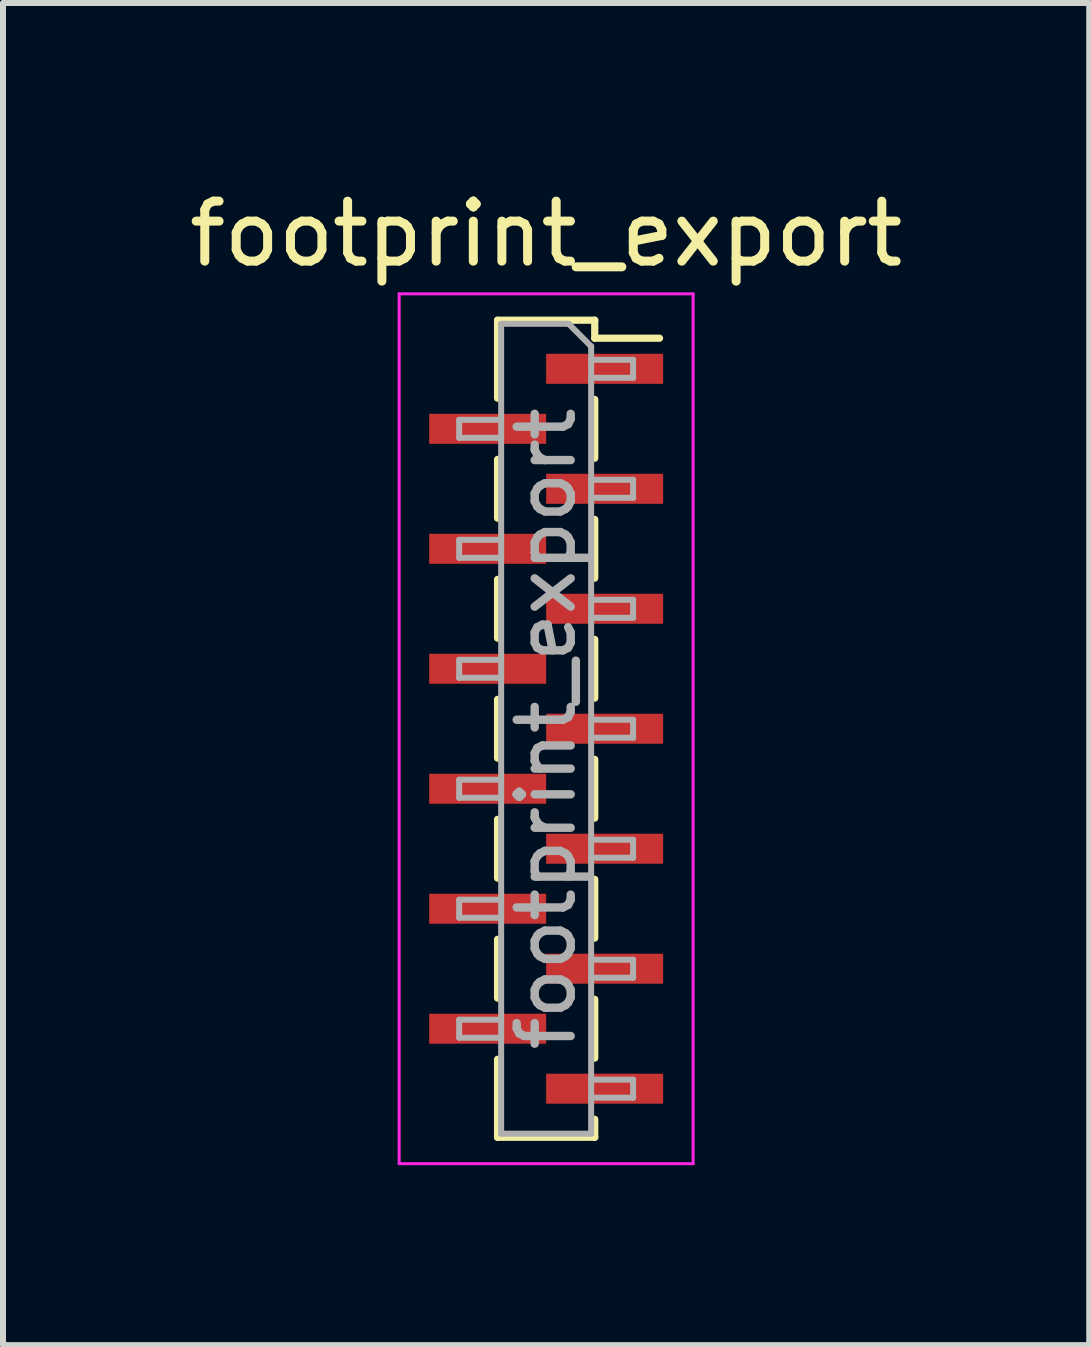
<source format=kicad_pcb>
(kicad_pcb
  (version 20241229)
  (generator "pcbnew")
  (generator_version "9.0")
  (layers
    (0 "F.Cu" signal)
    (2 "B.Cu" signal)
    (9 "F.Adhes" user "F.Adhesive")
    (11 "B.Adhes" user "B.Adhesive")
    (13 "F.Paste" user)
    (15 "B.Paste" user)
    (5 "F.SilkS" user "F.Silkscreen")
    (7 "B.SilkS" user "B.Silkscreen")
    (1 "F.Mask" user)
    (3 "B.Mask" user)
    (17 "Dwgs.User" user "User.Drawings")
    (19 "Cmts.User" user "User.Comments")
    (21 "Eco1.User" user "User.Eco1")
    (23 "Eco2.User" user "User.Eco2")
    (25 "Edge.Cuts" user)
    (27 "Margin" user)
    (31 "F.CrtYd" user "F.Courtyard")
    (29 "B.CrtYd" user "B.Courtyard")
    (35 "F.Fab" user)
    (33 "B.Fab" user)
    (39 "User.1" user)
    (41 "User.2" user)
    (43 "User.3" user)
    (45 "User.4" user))
  (footprint "footprint_export"
    (layer "F.Cu")
    (at 6.054 9.098)
    (property "Reference" "footprint_export" (at 0 -8.25 0) (layer "F.SilkS") (effects (font (size 1 1) (thickness 0.15))))
    (attr smd)
    (fp_line (start -0.81 -6.81) (end -0.81 -5.51) (stroke (width 0.12) (type solid)) (layer "F.SilkS"))
    (fp_line (start -0.81 -6.81) (end 0.81 -6.81) (stroke (width 0.12) (type solid)) (layer "F.SilkS"))
    (fp_line (start -0.81 -4.49) (end -0.81 -3.51) (stroke (width 0.12) (type solid)) (layer "F.SilkS"))
    (fp_line (start -0.81 -2.49) (end -0.81 -1.51) (stroke (width 0.12) (type solid)) (layer "F.SilkS"))
    (fp_line (start -0.81 -0.49) (end -0.81 0.49) (stroke (width 0.12) (type solid)) (layer "F.SilkS"))
    (fp_line (start -0.81 1.51) (end -0.81 2.49) (stroke (width 0.12) (type solid)) (layer "F.SilkS"))
    (fp_line (start -0.81 3.51) (end -0.81 4.49) (stroke (width 0.12) (type solid)) (layer "F.SilkS"))
    (fp_line (start -0.81 5.51) (end -0.81 6.81) (stroke (width 0.12) (type solid)) (layer "F.SilkS"))
    (fp_line (start -0.81 6.81) (end 0.81 6.81) (stroke (width 0.12) (type solid)) (layer "F.SilkS"))
    (fp_line (start 0.81 -6.81) (end 0.81 -6.51) (stroke (width 0.12) (type solid)) (layer "F.SilkS"))
    (fp_line (start 0.81 -6.51) (end 1.89 -6.51) (stroke (width 0.12) (type solid)) (layer "F.SilkS"))
    (fp_line (start 0.81 -5.49) (end 0.81 -4.51) (stroke (width 0.12) (type solid)) (layer "F.SilkS"))
    (fp_line (start 0.81 -3.49) (end 0.81 -2.51) (stroke (width 0.12) (type solid)) (layer "F.SilkS"))
    (fp_line (start 0.81 -1.49) (end 0.81 -0.51) (stroke (width 0.12) (type solid)) (layer "F.SilkS"))
    (fp_line (start 0.81 0.51) (end 0.81 1.49) (stroke (width 0.12) (type solid)) (layer "F.SilkS"))
    (fp_line (start 0.81 2.51) (end 0.81 3.49) (stroke (width 0.12) (type solid)) (layer "F.SilkS"))
    (fp_line (start 0.81 4.51) (end 0.81 5.49) (stroke (width 0.12) (type solid)) (layer "F.SilkS"))
    (fp_line (start 0.81 6.51) (end 0.81 6.81) (stroke (width 0.12) (type solid)) (layer "F.SilkS"))
    (fp_line (start -2.45 -7.25) (end 2.45 -7.25) (stroke (width 0.05) (type solid)) (layer "F.CrtYd"))
    (fp_line (start -2.45 7.25) (end -2.45 -7.25) (stroke (width 0.05) (type solid)) (layer "F.CrtYd"))
    (fp_line (start 2.45 -7.25) (end 2.45 7.25) (stroke (width 0.05) (type solid)) (layer "F.CrtYd"))
    (fp_line (start 2.45 7.25) (end -2.45 7.25) (stroke (width 0.05) (type solid)) (layer "F.CrtYd"))
    (fp_line (start -1.45 -5.15) (end -0.75 -5.15) (stroke (width 0.1) (type solid)) (layer "F.Fab"))
    (fp_line (start -1.45 -4.85) (end -1.45 -5.15) (stroke (width 0.1) (type solid)) (layer "F.Fab"))
    (fp_line (start -1.45 -3.15) (end -0.75 -3.15) (stroke (width 0.1) (type solid)) (layer "F.Fab"))
    (fp_line (start -1.45 -2.85) (end -1.45 -3.15) (stroke (width 0.1) (type solid)) (layer "F.Fab"))
    (fp_line (start -1.45 -1.15) (end -0.75 -1.15) (stroke (width 0.1) (type solid)) (layer "F.Fab"))
    (fp_line (start -1.45 -0.85) (end -1.45 -1.15) (stroke (width 0.1) (type solid)) (layer "F.Fab"))
    (fp_line (start -1.45 0.85) (end -0.75 0.85) (stroke (width 0.1) (type solid)) (layer "F.Fab"))
    (fp_line (start -1.45 1.15) (end -1.45 0.85) (stroke (width 0.1) (type solid)) (layer "F.Fab"))
    (fp_line (start -1.45 2.85) (end -0.75 2.85) (stroke (width 0.1) (type solid)) (layer "F.Fab"))
    (fp_line (start -1.45 3.15) (end -1.45 2.85) (stroke (width 0.1) (type solid)) (layer "F.Fab"))
    (fp_line (start -1.45 4.85) (end -0.75 4.85) (stroke (width 0.1) (type solid)) (layer "F.Fab"))
    (fp_line (start -1.45 5.15) (end -1.45 4.85) (stroke (width 0.1) (type solid)) (layer "F.Fab"))
    (fp_line (start -0.75 -6.75) (end 0.375 -6.75) (stroke (width 0.1) (type solid)) (layer "F.Fab"))
    (fp_line (start -0.75 -4.85) (end -1.45 -4.85) (stroke (width 0.1) (type solid)) (layer "F.Fab"))
    (fp_line (start -0.75 -2.85) (end -1.45 -2.85) (stroke (width 0.1) (type solid)) (layer "F.Fab"))
    (fp_line (start -0.75 -0.85) (end -1.45 -0.85) (stroke (width 0.1) (type solid)) (layer "F.Fab"))
    (fp_line (start -0.75 1.15) (end -1.45 1.15) (stroke (width 0.1) (type solid)) (layer "F.Fab"))
    (fp_line (start -0.75 3.15) (end -1.45 3.15) (stroke (width 0.1) (type solid)) (layer "F.Fab"))
    (fp_line (start -0.75 5.15) (end -1.45 5.15) (stroke (width 0.1) (type solid)) (layer "F.Fab"))
    (fp_line (start -0.75 6.75) (end -0.75 -6.75) (stroke (width 0.1) (type solid)) (layer "F.Fab"))
    (fp_line (start 0.375 -6.75) (end 0.75 -6.375) (stroke (width 0.1) (type solid)) (layer "F.Fab"))
    (fp_line (start 0.75 -6.375) (end 0.75 6.75) (stroke (width 0.1) (type solid)) (layer "F.Fab"))
    (fp_line (start 0.75 -6.15) (end 1.45 -6.15) (stroke (width 0.1) (type solid)) (layer "F.Fab"))
    (fp_line (start 0.75 -4.15) (end 1.45 -4.15) (stroke (width 0.1) (type solid)) (layer "F.Fab"))
    (fp_line (start 0.75 -2.15) (end 1.45 -2.15) (stroke (width 0.1) (type solid)) (layer "F.Fab"))
    (fp_line (start 0.75 -0.15) (end 1.45 -0.15) (stroke (width 0.1) (type solid)) (layer "F.Fab"))
    (fp_line (start 0.75 1.85) (end 1.45 1.85) (stroke (width 0.1) (type solid)) (layer "F.Fab"))
    (fp_line (start 0.75 3.85) (end 1.45 3.85) (stroke (width 0.1) (type solid)) (layer "F.Fab"))
    (fp_line (start 0.75 5.85) (end 1.45 5.85) (stroke (width 0.1) (type solid)) (layer "F.Fab"))
    (fp_line (start 0.75 6.75) (end -0.75 6.75) (stroke (width 0.1) (type solid)) (layer "F.Fab"))
    (fp_line (start 1.45 -6.15) (end 1.45 -5.85) (stroke (width 0.1) (type solid)) (layer "F.Fab"))
    (fp_line (start 1.45 -5.85) (end 0.75 -5.85) (stroke (width 0.1) (type solid)) (layer "F.Fab"))
    (fp_line (start 1.45 -4.15) (end 1.45 -3.85) (stroke (width 0.1) (type solid)) (layer "F.Fab"))
    (fp_line (start 1.45 -3.85) (end 0.75 -3.85) (stroke (width 0.1) (type solid)) (layer "F.Fab"))
    (fp_line (start 1.45 -2.15) (end 1.45 -1.85) (stroke (width 0.1) (type solid)) (layer "F.Fab"))
    (fp_line (start 1.45 -1.85) (end 0.75 -1.85) (stroke (width 0.1) (type solid)) (layer "F.Fab"))
    (fp_line (start 1.45 -0.15) (end 1.45 0.15) (stroke (width 0.1) (type solid)) (layer "F.Fab"))
    (fp_line (start 1.45 0.15) (end 0.75 0.15) (stroke (width 0.1) (type solid)) (layer "F.Fab"))
    (fp_line (start 1.45 1.85) (end 1.45 2.15) (stroke (width 0.1) (type solid)) (layer "F.Fab"))
    (fp_line (start 1.45 2.15) (end 0.75 2.15) (stroke (width 0.1) (type solid)) (layer "F.Fab"))
    (fp_line (start 1.45 3.85) (end 1.45 4.15) (stroke (width 0.1) (type solid)) (layer "F.Fab"))
    (fp_line (start 1.45 4.15) (end 0.75 4.15) (stroke (width 0.1) (type solid)) (layer "F.Fab"))
    (fp_line (start 1.45 5.85) (end 1.45 6.15) (stroke (width 0.1) (type solid)) (layer "F.Fab"))
    (fp_line (start 1.45 6.15) (end 0.75 6.15) (stroke (width 0.1) (type solid)) (layer "F.Fab"))
    (fp_text user "${REFERENCE}" (at 0 0 90) (layer "F.Fab") (effects (font (size 0.9 0.9) (thickness 0.14))))
    (pad "1" smd rect (at 0.975 -6) (size 1.95 0.5) (layers "F.Cu" "F.Mask" "F.Paste"))
    (pad "2" smd rect (at -0.975 -5) (size 1.95 0.5) (layers "F.Cu" "F.Mask" "F.Paste"))
    (pad "3" smd rect (at 0.975 -4) (size 1.95 0.5) (layers "F.Cu" "F.Mask" "F.Paste"))
    (pad "4" smd rect (at -0.975 -3) (size 1.95 0.5) (layers "F.Cu" "F.Mask" "F.Paste"))
    (pad "5" smd rect (at 0.975 -2) (size 1.95 0.5) (layers "F.Cu" "F.Mask" "F.Paste"))
    (pad "6" smd rect (at -0.975 -1) (size 1.95 0.5) (layers "F.Cu" "F.Mask" "F.Paste"))
    (pad "7" smd rect (at 0.975 0) (size 1.95 0.5) (layers "F.Cu" "F.Mask" "F.Paste"))
    (pad "8" smd rect (at -0.975 1) (size 1.95 0.5) (layers "F.Cu" "F.Mask" "F.Paste"))
    (pad "9" smd rect (at 0.975 2) (size 1.95 0.5) (layers "F.Cu" "F.Mask" "F.Paste"))
    (pad "10" smd rect (at -0.975 3) (size 1.95 0.5) (layers "F.Cu" "F.Mask" "F.Paste"))
    (pad "11" smd rect (at 0.975 4) (size 1.95 0.5) (layers "F.Cu" "F.Mask" "F.Paste"))
    (pad "12" smd rect (at -0.975 5) (size 1.95 0.5) (layers "F.Cu" "F.Mask" "F.Paste"))
    (pad "13" smd rect (at 0.975 6) (size 1.95 0.5) (layers "F.Cu" "F.Mask" "F.Paste")))
  (gr_rect
    (start -3 -3)
    (end 15.107 19.373)
    (stroke (width 0.1) (type default))
    (fill no)
    (layer "Edge.Cuts")))
</source>
